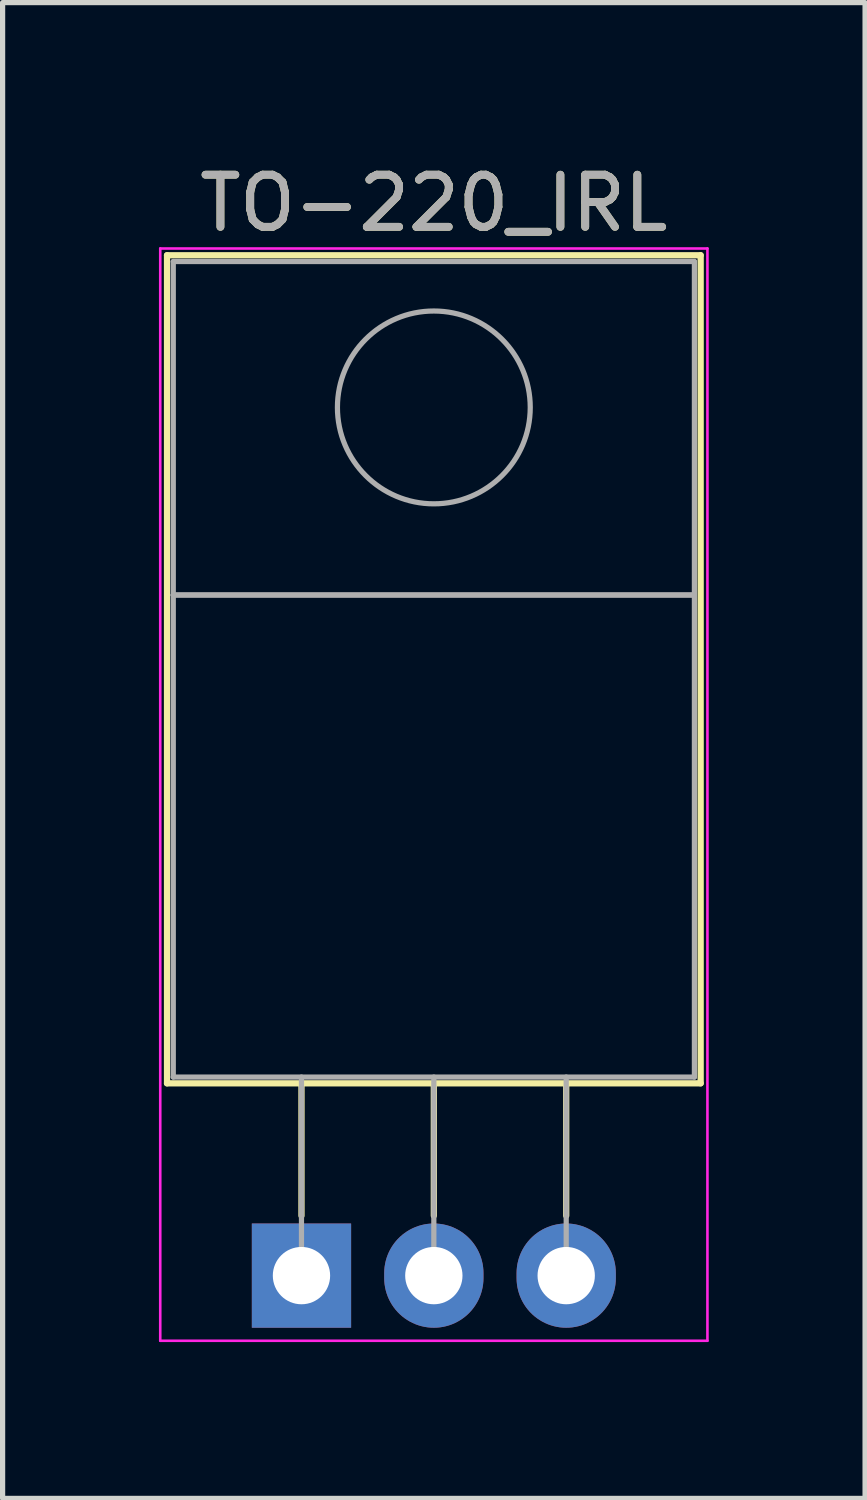
<source format=kicad_pcb>
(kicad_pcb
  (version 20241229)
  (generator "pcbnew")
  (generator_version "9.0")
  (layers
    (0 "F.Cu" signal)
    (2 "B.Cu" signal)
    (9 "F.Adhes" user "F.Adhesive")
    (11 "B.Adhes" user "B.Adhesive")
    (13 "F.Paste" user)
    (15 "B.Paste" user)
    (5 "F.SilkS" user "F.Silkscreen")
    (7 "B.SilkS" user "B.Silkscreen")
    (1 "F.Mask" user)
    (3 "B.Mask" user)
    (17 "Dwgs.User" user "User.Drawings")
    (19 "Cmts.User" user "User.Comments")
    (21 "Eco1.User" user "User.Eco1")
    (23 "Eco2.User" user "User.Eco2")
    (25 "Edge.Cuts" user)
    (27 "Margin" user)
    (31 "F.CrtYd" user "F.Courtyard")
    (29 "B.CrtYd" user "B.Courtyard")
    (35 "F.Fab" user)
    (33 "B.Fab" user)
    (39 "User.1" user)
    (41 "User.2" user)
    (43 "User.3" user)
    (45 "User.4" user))
  (footprint "TO-220_IRL"
    (layer "F.Cu")
    (at 2.735 21.428)
    (property "Reference" "TO-220_IRL" (at 2.54 -20.58 0) (layer "F.SilkS") (effects (font (size 1 1) (thickness 0.15))))
    (attr through_hole)
    (fp_line (start -2.58 -19.58) (end -2.58 -3.69) (stroke (width 0.12) (type solid)) (layer "F.SilkS"))
    (fp_line (start -2.58 -19.58) (end 7.66 -19.58) (stroke (width 0.12) (type solid)) (layer "F.SilkS"))
    (fp_line (start -2.58 -3.69) (end 7.66 -3.69) (stroke (width 0.12) (type solid)) (layer "F.SilkS"))
    (fp_line (start 0 -3.69) (end 0 -1.15) (stroke (width 0.12) (type solid)) (layer "F.SilkS"))
    (fp_line (start 2.54 -3.69) (end 2.54 -1.15) (stroke (width 0.12) (type solid)) (layer "F.SilkS"))
    (fp_line (start 5.08 -3.69) (end 5.08 -1.15) (stroke (width 0.12) (type solid)) (layer "F.SilkS"))
    (fp_line (start 7.66 -19.58) (end 7.66 -3.69) (stroke (width 0.12) (type solid)) (layer "F.SilkS"))
    (fp_line (start -2.71 -19.71) (end -2.71 1.25) (stroke (width 0.05) (type solid)) (layer "F.CrtYd"))
    (fp_line (start -2.71 1.25) (end 7.79 1.25) (stroke (width 0.05) (type solid)) (layer "F.CrtYd"))
    (fp_line (start 7.79 -19.71) (end -2.71 -19.71) (stroke (width 0.05) (type solid)) (layer "F.CrtYd"))
    (fp_line (start 7.79 1.25) (end 7.79 -19.71) (stroke (width 0.05) (type solid)) (layer "F.CrtYd"))
    (fp_line (start -2.46 -19.46) (end 7.54 -19.46) (stroke (width 0.1) (type solid)) (layer "F.Fab"))
    (fp_line (start -2.46 -13.06) (end -2.46 -19.46) (stroke (width 0.1) (type solid)) (layer "F.Fab"))
    (fp_line (start -2.46 -13.06) (end 7.54 -13.06) (stroke (width 0.1) (type solid)) (layer "F.Fab"))
    (fp_line (start -2.46 -3.81) (end -2.46 -13.06) (stroke (width 0.1) (type solid)) (layer "F.Fab"))
    (fp_line (start 0 -3.81) (end 0 0) (stroke (width 0.1) (type solid)) (layer "F.Fab"))
    (fp_line (start 2.54 -3.81) (end 2.54 0) (stroke (width 0.1) (type solid)) (layer "F.Fab"))
    (fp_line (start 5.08 -3.81) (end 5.08 0) (stroke (width 0.1) (type solid)) (layer "F.Fab"))
    (fp_line (start 7.54 -19.46) (end 7.54 -13.06) (stroke (width 0.1) (type solid)) (layer "F.Fab"))
    (fp_line (start 7.54 -13.06) (end -2.46 -13.06) (stroke (width 0.1) (type solid)) (layer "F.Fab"))
    (fp_line (start 7.54 -13.06) (end 7.54 -3.81) (stroke (width 0.1) (type solid)) (layer "F.Fab"))
    (fp_line (start 7.54 -3.81) (end -2.46 -3.81) (stroke (width 0.1) (type solid)) (layer "F.Fab"))
    (fp_circle (center 2.54 -16.66) (end 4.39 -16.66) (stroke (width 0.1) (type solid)) (fill no) (layer "F.Fab"))
    (fp_text user "${REFERENCE}" (at 2.54 -20.58 0) (layer "F.Fab") (effects (font (size 1 1) (thickness 0.15))))
    (pad "1" thru_hole rect (at 0 0) (size 1.905 2) (drill 1.1) (layers "*.Cu" "*.Mask"))
    (pad "2" thru_hole oval (at 2.54 0) (size 1.905 2) (drill 1.1) (layers "*.Cu" "*.Mask"))
    (pad "3" thru_hole oval (at 5.08 0) (size 1.905 2) (drill 1.1) (layers "*.Cu" "*.Mask")))
  (gr_rect
    (start -3 -3)
    (end 13.55 25.703)
    (stroke (width 0.1) (type default))
    (fill no)
    (layer "Edge.Cuts")))
</source>
